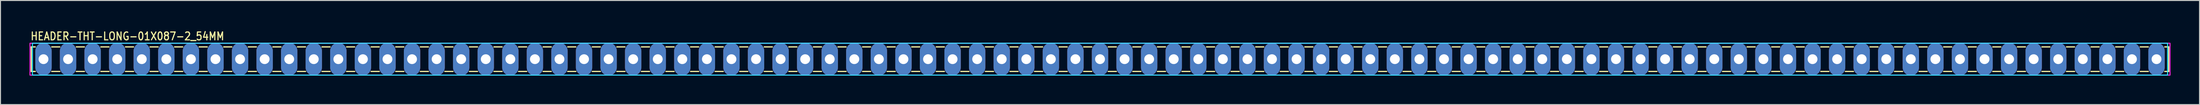
<source format=kicad_pcb>
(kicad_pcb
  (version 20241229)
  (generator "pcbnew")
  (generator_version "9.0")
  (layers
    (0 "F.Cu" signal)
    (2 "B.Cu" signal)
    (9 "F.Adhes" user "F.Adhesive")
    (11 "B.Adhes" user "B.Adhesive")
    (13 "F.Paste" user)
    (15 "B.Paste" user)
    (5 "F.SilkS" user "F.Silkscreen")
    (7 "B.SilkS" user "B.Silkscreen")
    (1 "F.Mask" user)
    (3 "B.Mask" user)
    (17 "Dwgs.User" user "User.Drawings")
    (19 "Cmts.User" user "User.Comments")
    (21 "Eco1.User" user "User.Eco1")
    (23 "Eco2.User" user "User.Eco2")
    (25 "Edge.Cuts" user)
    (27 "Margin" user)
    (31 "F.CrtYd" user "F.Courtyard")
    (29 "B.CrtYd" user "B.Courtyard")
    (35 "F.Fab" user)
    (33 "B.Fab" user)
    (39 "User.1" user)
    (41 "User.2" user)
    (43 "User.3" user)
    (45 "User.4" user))
  (footprint "HEADER-THT-LONG-01X087-2_54MM"
    (layer "F.Cu")
    (at 1.447 3.079)
    (property "Reference" "HEADER-THT-LONG-01X087-2_54MM" (at -1.4 -1.9 0) (unlocked yes) (layer "F.SilkS") (effects (font (size 0.813 0.695) (thickness 0.122)) (justify left bottom)))
    (fp_line (start -1.27 -1.27) (end -1.27 1.27) (stroke (width 0.127) (type solid)) (layer "F.SilkS"))
    (fp_line (start -1.27 1.27) (end -0.85 1.27) (stroke (width 0.127) (type solid)) (layer "F.SilkS"))
    (fp_line (start -0.85 -1.27) (end -1.27 -1.27) (stroke (width 0.127) (type solid)) (layer "F.SilkS"))
    (fp_line (start 0.85 -1.27) (end 1.69 -1.27) (stroke (width 0.127) (type solid)) (layer "F.SilkS"))
    (fp_line (start 0.85 1.27) (end 1.69 1.27) (stroke (width 0.127) (type solid)) (layer "F.SilkS"))
    (fp_line (start 3.39 -1.27) (end 4.23 -1.27) (stroke (width 0.127) (type solid)) (layer "F.SilkS"))
    (fp_line (start 3.39 1.27) (end 4.23 1.27) (stroke (width 0.127) (type solid)) (layer "F.SilkS"))
    (fp_line (start 5.93 -1.27) (end 6.77 -1.27) (stroke (width 0.127) (type solid)) (layer "F.SilkS"))
    (fp_line (start 5.93 1.27) (end 6.77 1.27) (stroke (width 0.127) (type solid)) (layer "F.SilkS"))
    (fp_line (start 8.47 -1.27) (end 9.31 -1.27) (stroke (width 0.127) (type solid)) (layer "F.SilkS"))
    (fp_line (start 8.47 1.27) (end 9.31 1.27) (stroke (width 0.127) (type solid)) (layer "F.SilkS"))
    (fp_line (start 11.01 -1.27) (end 11.85 -1.27) (stroke (width 0.127) (type solid)) (layer "F.SilkS"))
    (fp_line (start 11.01 1.27) (end 11.85 1.27) (stroke (width 0.127) (type solid)) (layer "F.SilkS"))
    (fp_line (start 13.55 -1.27) (end 14.39 -1.27) (stroke (width 0.127) (type solid)) (layer "F.SilkS"))
    (fp_line (start 13.55 1.27) (end 14.39 1.27) (stroke (width 0.127) (type solid)) (layer "F.SilkS"))
    (fp_line (start 16.09 -1.27) (end 16.93 -1.27) (stroke (width 0.127) (type solid)) (layer "F.SilkS"))
    (fp_line (start 16.09 1.27) (end 16.93 1.27) (stroke (width 0.127) (type solid)) (layer "F.SilkS"))
    (fp_line (start 18.63 -1.27) (end 19.47 -1.27) (stroke (width 0.127) (type solid)) (layer "F.SilkS"))
    (fp_line (start 18.63 1.27) (end 19.47 1.27) (stroke (width 0.127) (type solid)) (layer "F.SilkS"))
    (fp_line (start 21.17 -1.27) (end 22.01 -1.27) (stroke (width 0.127) (type solid)) (layer "F.SilkS"))
    (fp_line (start 21.17 1.27) (end 22.01 1.27) (stroke (width 0.127) (type solid)) (layer "F.SilkS"))
    (fp_line (start 23.71 -1.27) (end 24.55 -1.27) (stroke (width 0.127) (type solid)) (layer "F.SilkS"))
    (fp_line (start 23.71 1.27) (end 24.55 1.27) (stroke (width 0.127) (type solid)) (layer "F.SilkS"))
    (fp_line (start 26.25 -1.27) (end 27.09 -1.27) (stroke (width 0.127) (type solid)) (layer "F.SilkS"))
    (fp_line (start 26.25 1.27) (end 27.09 1.27) (stroke (width 0.127) (type solid)) (layer "F.SilkS"))
    (fp_line (start 28.79 -1.27) (end 29.63 -1.27) (stroke (width 0.127) (type solid)) (layer "F.SilkS"))
    (fp_line (start 28.79 1.27) (end 29.63 1.27) (stroke (width 0.127) (type solid)) (layer "F.SilkS"))
    (fp_line (start 31.33 -1.27) (end 32.17 -1.27) (stroke (width 0.127) (type solid)) (layer "F.SilkS"))
    (fp_line (start 31.33 1.27) (end 32.17 1.27) (stroke (width 0.127) (type solid)) (layer "F.SilkS"))
    (fp_line (start 33.87 -1.27) (end 34.71 -1.27) (stroke (width 0.127) (type solid)) (layer "F.SilkS"))
    (fp_line (start 33.87 1.27) (end 34.71 1.27) (stroke (width 0.127) (type solid)) (layer "F.SilkS"))
    (fp_line (start 36.41 -1.27) (end 37.25 -1.27) (stroke (width 0.127) (type solid)) (layer "F.SilkS"))
    (fp_line (start 36.41 1.27) (end 37.25 1.27) (stroke (width 0.127) (type solid)) (layer "F.SilkS"))
    (fp_line (start 38.95 -1.27) (end 39.79 -1.27) (stroke (width 0.127) (type solid)) (layer "F.SilkS"))
    (fp_line (start 38.95 1.27) (end 39.79 1.27) (stroke (width 0.127) (type solid)) (layer "F.SilkS"))
    (fp_line (start 41.49 -1.27) (end 42.33 -1.27) (stroke (width 0.127) (type solid)) (layer "F.SilkS"))
    (fp_line (start 41.49 1.27) (end 42.33 1.27) (stroke (width 0.127) (type solid)) (layer "F.SilkS"))
    (fp_line (start 44.03 -1.27) (end 44.87 -1.27) (stroke (width 0.127) (type solid)) (layer "F.SilkS"))
    (fp_line (start 44.03 1.27) (end 44.87 1.27) (stroke (width 0.127) (type solid)) (layer "F.SilkS"))
    (fp_line (start 46.57 -1.27) (end 47.41 -1.27) (stroke (width 0.127) (type solid)) (layer "F.SilkS"))
    (fp_line (start 46.57 1.27) (end 47.41 1.27) (stroke (width 0.127) (type solid)) (layer "F.SilkS"))
    (fp_line (start 49.11 -1.27) (end 49.95 -1.27) (stroke (width 0.127) (type solid)) (layer "F.SilkS"))
    (fp_line (start 49.11 1.27) (end 49.95 1.27) (stroke (width 0.127) (type solid)) (layer "F.SilkS"))
    (fp_line (start 51.65 -1.27) (end 52.49 -1.27) (stroke (width 0.127) (type solid)) (layer "F.SilkS"))
    (fp_line (start 51.65 1.27) (end 52.49 1.27) (stroke (width 0.127) (type solid)) (layer "F.SilkS"))
    (fp_line (start 54.19 -1.27) (end 55.03 -1.27) (stroke (width 0.127) (type solid)) (layer "F.SilkS"))
    (fp_line (start 54.19 1.27) (end 55.03 1.27) (stroke (width 0.127) (type solid)) (layer "F.SilkS"))
    (fp_line (start 56.73 -1.27) (end 57.57 -1.27) (stroke (width 0.127) (type solid)) (layer "F.SilkS"))
    (fp_line (start 56.73 1.27) (end 57.57 1.27) (stroke (width 0.127) (type solid)) (layer "F.SilkS"))
    (fp_line (start 59.27 -1.27) (end 60.11 -1.27) (stroke (width 0.127) (type solid)) (layer "F.SilkS"))
    (fp_line (start 59.27 1.27) (end 60.11 1.27) (stroke (width 0.127) (type solid)) (layer "F.SilkS"))
    (fp_line (start 61.81 -1.27) (end 62.65 -1.27) (stroke (width 0.127) (type solid)) (layer "F.SilkS"))
    (fp_line (start 61.81 1.27) (end 62.65 1.27) (stroke (width 0.127) (type solid)) (layer "F.SilkS"))
    (fp_line (start 64.35 -1.27) (end 65.19 -1.27) (stroke (width 0.127) (type solid)) (layer "F.SilkS"))
    (fp_line (start 64.35 1.27) (end 65.19 1.27) (stroke (width 0.127) (type solid)) (layer "F.SilkS"))
    (fp_line (start 66.89 -1.27) (end 67.73 -1.27) (stroke (width 0.127) (type solid)) (layer "F.SilkS"))
    (fp_line (start 66.89 1.27) (end 67.73 1.27) (stroke (width 0.127) (type solid)) (layer "F.SilkS"))
    (fp_line (start 69.43 -1.27) (end 70.27 -1.27) (stroke (width 0.127) (type solid)) (layer "F.SilkS"))
    (fp_line (start 69.43 1.27) (end 70.27 1.27) (stroke (width 0.127) (type solid)) (layer "F.SilkS"))
    (fp_line (start 71.97 -1.27) (end 72.81 -1.27) (stroke (width 0.127) (type solid)) (layer "F.SilkS"))
    (fp_line (start 71.97 1.27) (end 72.81 1.27) (stroke (width 0.127) (type solid)) (layer "F.SilkS"))
    (fp_line (start 74.51 -1.27) (end 75.35 -1.27) (stroke (width 0.127) (type solid)) (layer "F.SilkS"))
    (fp_line (start 74.51 1.27) (end 75.35 1.27) (stroke (width 0.127) (type solid)) (layer "F.SilkS"))
    (fp_line (start 77.05 -1.27) (end 77.89 -1.27) (stroke (width 0.127) (type solid)) (layer "F.SilkS"))
    (fp_line (start 77.05 1.27) (end 77.89 1.27) (stroke (width 0.127) (type solid)) (layer "F.SilkS"))
    (fp_line (start 79.59 -1.27) (end 80.43 -1.27) (stroke (width 0.127) (type solid)) (layer "F.SilkS"))
    (fp_line (start 79.59 1.27) (end 80.43 1.27) (stroke (width 0.127) (type solid)) (layer "F.SilkS"))
    (fp_line (start 82.13 -1.27) (end 82.97 -1.27) (stroke (width 0.127) (type solid)) (layer "F.SilkS"))
    (fp_line (start 82.13 1.27) (end 82.97 1.27) (stroke (width 0.127) (type solid)) (layer "F.SilkS"))
    (fp_line (start 84.67 -1.27) (end 85.51 -1.27) (stroke (width 0.127) (type solid)) (layer "F.SilkS"))
    (fp_line (start 84.67 1.27) (end 85.51 1.27) (stroke (width 0.127) (type solid)) (layer "F.SilkS"))
    (fp_line (start 87.21 -1.27) (end 88.05 -1.27) (stroke (width 0.127) (type solid)) (layer "F.SilkS"))
    (fp_line (start 87.21 1.27) (end 88.05 1.27) (stroke (width 0.127) (type solid)) (layer "F.SilkS"))
    (fp_line (start 89.75 -1.27) (end 90.59 -1.27) (stroke (width 0.127) (type solid)) (layer "F.SilkS"))
    (fp_line (start 89.75 1.27) (end 90.59 1.27) (stroke (width 0.127) (type solid)) (layer "F.SilkS"))
    (fp_line (start 92.29 -1.27) (end 93.13 -1.27) (stroke (width 0.127) (type solid)) (layer "F.SilkS"))
    (fp_line (start 92.29 1.27) (end 93.13 1.27) (stroke (width 0.127) (type solid)) (layer "F.SilkS"))
    (fp_line (start 94.83 -1.27) (end 95.67 -1.27) (stroke (width 0.127) (type solid)) (layer "F.SilkS"))
    (fp_line (start 94.83 1.27) (end 95.67 1.27) (stroke (width 0.127) (type solid)) (layer "F.SilkS"))
    (fp_line (start 97.37 -1.27) (end 98.21 -1.27) (stroke (width 0.127) (type solid)) (layer "F.SilkS"))
    (fp_line (start 97.37 1.27) (end 98.21 1.27) (stroke (width 0.127) (type solid)) (layer "F.SilkS"))
    (fp_line (start 99.91 -1.27) (end 100.75 -1.27) (stroke (width 0.127) (type solid)) (layer "F.SilkS"))
    (fp_line (start 99.91 1.27) (end 100.75 1.27) (stroke (width 0.127) (type solid)) (layer "F.SilkS"))
    (fp_line (start 102.45 -1.27) (end 103.29 -1.27) (stroke (width 0.127) (type solid)) (layer "F.SilkS"))
    (fp_line (start 102.45 1.27) (end 103.29 1.27) (stroke (width 0.127) (type solid)) (layer "F.SilkS"))
    (fp_line (start 104.99 -1.27) (end 105.83 -1.27) (stroke (width 0.127) (type solid)) (layer "F.SilkS"))
    (fp_line (start 104.99 1.27) (end 105.83 1.27) (stroke (width 0.127) (type solid)) (layer "F.SilkS"))
    (fp_line (start 107.53 -1.27) (end 108.37 -1.27) (stroke (width 0.127) (type solid)) (layer "F.SilkS"))
    (fp_line (start 107.53 1.27) (end 108.37 1.27) (stroke (width 0.127) (type solid)) (layer "F.SilkS"))
    (fp_line (start 110.07 -1.27) (end 110.91 -1.27) (stroke (width 0.127) (type solid)) (layer "F.SilkS"))
    (fp_line (start 110.07 1.27) (end 110.91 1.27) (stroke (width 0.127) (type solid)) (layer "F.SilkS"))
    (fp_line (start 112.61 -1.27) (end 113.45 -1.27) (stroke (width 0.127) (type solid)) (layer "F.SilkS"))
    (fp_line (start 112.61 1.27) (end 113.45 1.27) (stroke (width 0.127) (type solid)) (layer "F.SilkS"))
    (fp_line (start 115.15 -1.27) (end 115.99 -1.27) (stroke (width 0.127) (type solid)) (layer "F.SilkS"))
    (fp_line (start 115.15 1.27) (end 115.99 1.27) (stroke (width 0.127) (type solid)) (layer "F.SilkS"))
    (fp_line (start 117.69 -1.27) (end 118.53 -1.27) (stroke (width 0.127) (type solid)) (layer "F.SilkS"))
    (fp_line (start 117.69 1.27) (end 118.53 1.27) (stroke (width 0.127) (type solid)) (layer "F.SilkS"))
    (fp_line (start 120.23 -1.27) (end 121.07 -1.27) (stroke (width 0.127) (type solid)) (layer "F.SilkS"))
    (fp_line (start 120.23 1.27) (end 121.07 1.27) (stroke (width 0.127) (type solid)) (layer "F.SilkS"))
    (fp_line (start 122.77 -1.27) (end 123.61 -1.27) (stroke (width 0.127) (type solid)) (layer "F.SilkS"))
    (fp_line (start 122.77 1.27) (end 123.61 1.27) (stroke (width 0.127) (type solid)) (layer "F.SilkS"))
    (fp_line (start 125.31 -1.27) (end 126.15 -1.27) (stroke (width 0.127) (type solid)) (layer "F.SilkS"))
    (fp_line (start 125.31 1.27) (end 126.15 1.27) (stroke (width 0.127) (type solid)) (layer "F.SilkS"))
    (fp_line (start 127.85 -1.27) (end 128.69 -1.27) (stroke (width 0.127) (type solid)) (layer "F.SilkS"))
    (fp_line (start 127.85 1.27) (end 128.69 1.27) (stroke (width 0.127) (type solid)) (layer "F.SilkS"))
    (fp_line (start 130.39 -1.27) (end 131.23 -1.27) (stroke (width 0.127) (type solid)) (layer "F.SilkS"))
    (fp_line (start 130.39 1.27) (end 131.23 1.27) (stroke (width 0.127) (type solid)) (layer "F.SilkS"))
    (fp_line (start 132.93 -1.27) (end 133.77 -1.27) (stroke (width 0.127) (type solid)) (layer "F.SilkS"))
    (fp_line (start 132.93 1.27) (end 133.77 1.27) (stroke (width 0.127) (type solid)) (layer "F.SilkS"))
    (fp_line (start 135.47 -1.27) (end 136.31 -1.27) (stroke (width 0.127) (type solid)) (layer "F.SilkS"))
    (fp_line (start 135.47 1.27) (end 136.31 1.27) (stroke (width 0.127) (type solid)) (layer "F.SilkS"))
    (fp_line (start 138.01 -1.27) (end 138.85 -1.27) (stroke (width 0.127) (type solid)) (layer "F.SilkS"))
    (fp_line (start 138.01 1.27) (end 138.85 1.27) (stroke (width 0.127) (type solid)) (layer "F.SilkS"))
    (fp_line (start 140.55 -1.27) (end 141.39 -1.27) (stroke (width 0.127) (type solid)) (layer "F.SilkS"))
    (fp_line (start 140.55 1.27) (end 141.39 1.27) (stroke (width 0.127) (type solid)) (layer "F.SilkS"))
    (fp_line (start 143.09 -1.27) (end 143.93 -1.27) (stroke (width 0.127) (type solid)) (layer "F.SilkS"))
    (fp_line (start 143.09 1.27) (end 143.93 1.27) (stroke (width 0.127) (type solid)) (layer "F.SilkS"))
    (fp_line (start 145.63 -1.27) (end 146.47 -1.27) (stroke (width 0.127) (type solid)) (layer "F.SilkS"))
    (fp_line (start 145.63 1.27) (end 146.47 1.27) (stroke (width 0.127) (type solid)) (layer "F.SilkS"))
    (fp_line (start 148.17 -1.27) (end 149.01 -1.27) (stroke (width 0.127) (type solid)) (layer "F.SilkS"))
    (fp_line (start 148.17 1.27) (end 149.01 1.27) (stroke (width 0.127) (type solid)) (layer "F.SilkS"))
    (fp_line (start 150.71 -1.27) (end 151.55 -1.27) (stroke (width 0.127) (type solid)) (layer "F.SilkS"))
    (fp_line (start 150.71 1.27) (end 151.55 1.27) (stroke (width 0.127) (type solid)) (layer "F.SilkS"))
    (fp_line (start 153.25 -1.27) (end 154.09 -1.27) (stroke (width 0.127) (type solid)) (layer "F.SilkS"))
    (fp_line (start 153.25 1.27) (end 154.09 1.27) (stroke (width 0.127) (type solid)) (layer "F.SilkS"))
    (fp_line (start 155.79 -1.27) (end 156.63 -1.27) (stroke (width 0.127) (type solid)) (layer "F.SilkS"))
    (fp_line (start 155.79 1.27) (end 156.63 1.27) (stroke (width 0.127) (type solid)) (layer "F.SilkS"))
    (fp_line (start 158.33 -1.27) (end 159.17 -1.27) (stroke (width 0.127) (type solid)) (layer "F.SilkS"))
    (fp_line (start 158.33 1.27) (end 159.17 1.27) (stroke (width 0.127) (type solid)) (layer "F.SilkS"))
    (fp_line (start 160.87 -1.27) (end 161.71 -1.27) (stroke (width 0.127) (type solid)) (layer "F.SilkS"))
    (fp_line (start 160.87 1.27) (end 161.71 1.27) (stroke (width 0.127) (type solid)) (layer "F.SilkS"))
    (fp_line (start 163.41 -1.27) (end 164.25 -1.27) (stroke (width 0.127) (type solid)) (layer "F.SilkS"))
    (fp_line (start 163.41 1.27) (end 164.25 1.27) (stroke (width 0.127) (type solid)) (layer "F.SilkS"))
    (fp_line (start 165.95 -1.27) (end 166.79 -1.27) (stroke (width 0.127) (type solid)) (layer "F.SilkS"))
    (fp_line (start 165.95 1.27) (end 166.79 1.27) (stroke (width 0.127) (type solid)) (layer "F.SilkS"))
    (fp_line (start 168.49 -1.27) (end 169.33 -1.27) (stroke (width 0.127) (type solid)) (layer "F.SilkS"))
    (fp_line (start 168.49 1.27) (end 169.33 1.27) (stroke (width 0.127) (type solid)) (layer "F.SilkS"))
    (fp_line (start 171.03 -1.27) (end 171.87 -1.27) (stroke (width 0.127) (type solid)) (layer "F.SilkS"))
    (fp_line (start 171.03 1.27) (end 171.87 1.27) (stroke (width 0.127) (type solid)) (layer "F.SilkS"))
    (fp_line (start 173.57 -1.27) (end 174.41 -1.27) (stroke (width 0.127) (type solid)) (layer "F.SilkS"))
    (fp_line (start 173.57 1.27) (end 174.41 1.27) (stroke (width 0.127) (type solid)) (layer "F.SilkS"))
    (fp_line (start 176.11 -1.27) (end 176.95 -1.27) (stroke (width 0.127) (type solid)) (layer "F.SilkS"))
    (fp_line (start 176.11 1.27) (end 176.95 1.27) (stroke (width 0.127) (type solid)) (layer "F.SilkS"))
    (fp_line (start 178.65 -1.27) (end 179.49 -1.27) (stroke (width 0.127) (type solid)) (layer "F.SilkS"))
    (fp_line (start 178.65 1.27) (end 179.49 1.27) (stroke (width 0.127) (type solid)) (layer "F.SilkS"))
    (fp_line (start 181.19 -1.27) (end 182.03 -1.27) (stroke (width 0.127) (type solid)) (layer "F.SilkS"))
    (fp_line (start 181.19 1.27) (end 182.03 1.27) (stroke (width 0.127) (type solid)) (layer "F.SilkS"))
    (fp_line (start 183.73 -1.27) (end 184.57 -1.27) (stroke (width 0.127) (type solid)) (layer "F.SilkS"))
    (fp_line (start 183.73 1.27) (end 184.57 1.27) (stroke (width 0.127) (type solid)) (layer "F.SilkS"))
    (fp_line (start 186.27 -1.27) (end 187.11 -1.27) (stroke (width 0.127) (type solid)) (layer "F.SilkS"))
    (fp_line (start 186.27 1.27) (end 187.11 1.27) (stroke (width 0.127) (type solid)) (layer "F.SilkS"))
    (fp_line (start 188.81 -1.27) (end 189.65 -1.27) (stroke (width 0.127) (type solid)) (layer "F.SilkS"))
    (fp_line (start 188.81 1.27) (end 189.65 1.27) (stroke (width 0.127) (type solid)) (layer "F.SilkS"))
    (fp_line (start 191.35 -1.27) (end 192.19 -1.27) (stroke (width 0.127) (type solid)) (layer "F.SilkS"))
    (fp_line (start 191.35 1.27) (end 192.19 1.27) (stroke (width 0.127) (type solid)) (layer "F.SilkS"))
    (fp_line (start 193.89 -1.27) (end 194.73 -1.27) (stroke (width 0.127) (type solid)) (layer "F.SilkS"))
    (fp_line (start 193.89 1.27) (end 194.73 1.27) (stroke (width 0.127) (type solid)) (layer "F.SilkS"))
    (fp_line (start 196.43 -1.27) (end 197.27 -1.27) (stroke (width 0.127) (type solid)) (layer "F.SilkS"))
    (fp_line (start 196.43 1.27) (end 197.27 1.27) (stroke (width 0.127) (type solid)) (layer "F.SilkS"))
    (fp_line (start 198.97 -1.27) (end 199.81 -1.27) (stroke (width 0.127) (type solid)) (layer "F.SilkS"))
    (fp_line (start 198.97 1.27) (end 199.81 1.27) (stroke (width 0.127) (type solid)) (layer "F.SilkS"))
    (fp_line (start 201.51 -1.27) (end 202.35 -1.27) (stroke (width 0.127) (type solid)) (layer "F.SilkS"))
    (fp_line (start 201.51 1.27) (end 202.35 1.27) (stroke (width 0.127) (type solid)) (layer "F.SilkS"))
    (fp_line (start 204.05 -1.27) (end 204.89 -1.27) (stroke (width 0.127) (type solid)) (layer "F.SilkS"))
    (fp_line (start 204.05 1.27) (end 204.89 1.27) (stroke (width 0.127) (type solid)) (layer "F.SilkS"))
    (fp_line (start 206.59 -1.27) (end 207.43 -1.27) (stroke (width 0.127) (type solid)) (layer "F.SilkS"))
    (fp_line (start 206.59 1.27) (end 207.43 1.27) (stroke (width 0.127) (type solid)) (layer "F.SilkS"))
    (fp_line (start 209.13 -1.27) (end 209.97 -1.27) (stroke (width 0.127) (type solid)) (layer "F.SilkS"))
    (fp_line (start 209.13 1.27) (end 209.97 1.27) (stroke (width 0.127) (type solid)) (layer "F.SilkS"))
    (fp_line (start 211.67 -1.27) (end 212.51 -1.27) (stroke (width 0.127) (type solid)) (layer "F.SilkS"))
    (fp_line (start 211.67 1.27) (end 212.51 1.27) (stroke (width 0.127) (type solid)) (layer "F.SilkS"))
    (fp_line (start 214.21 -1.27) (end 215.05 -1.27) (stroke (width 0.127) (type solid)) (layer "F.SilkS"))
    (fp_line (start 214.21 1.27) (end 215.05 1.27) (stroke (width 0.127) (type solid)) (layer "F.SilkS"))
    (fp_line (start 216.75 -1.27) (end 217.59 -1.27) (stroke (width 0.127) (type solid)) (layer "F.SilkS"))
    (fp_line (start 216.75 1.27) (end 217.59 1.27) (stroke (width 0.127) (type solid)) (layer "F.SilkS"))
    (fp_line (start 219.29 -1.27) (end 219.71 -1.27) (stroke (width 0.127) (type solid)) (layer "F.SilkS"))
    (fp_line (start 219.71 -1.27) (end 219.71 1.27) (stroke (width 0.127) (type solid)) (layer "F.SilkS"))
    (fp_line (start 219.71 1.27) (end 219.29 1.27) (stroke (width 0.127) (type solid)) (layer "F.SilkS"))
    (fp_poly (pts (xy -1.143 -1.651) (xy 219.583 -1.651) (xy 219.583 1.651) (xy -1.143 1.651)) (stroke (width 0.1) (type solid)) (fill no) (layer "B.CrtYd"))
    (fp_poly (pts (xy -1.397 -1.651) (xy 219.837 -1.651) (xy 219.837 1.651) (xy -1.397 1.651)) (stroke (width 0.1) (type solid)) (fill no) (layer "F.CrtYd"))
    (pad "1" thru_hole oval (at 0 0 90) (size 3.387 1.693) (drill 1.016) (layers "*.Cu" "*.Mask"))
    (pad "2" thru_hole oval (at 2.54 0 90) (size 3.387 1.693) (drill 1.016) (layers "*.Cu" "*.Mask"))
    (pad "3" thru_hole oval (at 5.08 0 90) (size 3.387 1.693) (drill 1.016) (layers "*.Cu" "*.Mask"))
    (pad "4" thru_hole oval (at 7.62 0 90) (size 3.387 1.693) (drill 1.016) (layers "*.Cu" "*.Mask"))
    (pad "5" thru_hole oval (at 10.16 0 90) (size 3.387 1.693) (drill 1.016) (layers "*.Cu" "*.Mask"))
    (pad "6" thru_hole oval (at 12.7 0 90) (size 3.387 1.693) (drill 1.016) (layers "*.Cu" "*.Mask"))
    (pad "7" thru_hole oval (at 15.24 0 90) (size 3.387 1.693) (drill 1.016) (layers "*.Cu" "*.Mask"))
    (pad "8" thru_hole oval (at 17.78 0 90) (size 3.387 1.693) (drill 1.016) (layers "*.Cu" "*.Mask"))
    (pad "9" thru_hole oval (at 20.32 0 90) (size 3.387 1.693) (drill 1.016) (layers "*.Cu" "*.Mask"))
    (pad "10" thru_hole oval (at 22.86 0 90) (size 3.387 1.693) (drill 1.016) (layers "*.Cu" "*.Mask"))
    (pad "11" thru_hole oval (at 25.4 0 90) (size 3.387 1.693) (drill 1.016) (layers "*.Cu" "*.Mask"))
    (pad "12" thru_hole oval (at 27.94 0 90) (size 3.387 1.693) (drill 1.016) (layers "*.Cu" "*.Mask"))
    (pad "13" thru_hole oval (at 30.48 0 90) (size 3.387 1.693) (drill 1.016) (layers "*.Cu" "*.Mask"))
    (pad "14" thru_hole oval (at 33.02 0 90) (size 3.387 1.693) (drill 1.016) (layers "*.Cu" "*.Mask"))
    (pad "15" thru_hole oval (at 35.56 0 90) (size 3.387 1.693) (drill 1.016) (layers "*.Cu" "*.Mask"))
    (pad "16" thru_hole oval (at 38.1 0 90) (size 3.387 1.693) (drill 1.016) (layers "*.Cu" "*.Mask"))
    (pad "17" thru_hole oval (at 40.64 0 90) (size 3.387 1.693) (drill 1.016) (layers "*.Cu" "*.Mask"))
    (pad "18" thru_hole oval (at 43.18 0 90) (size 3.387 1.693) (drill 1.016) (layers "*.Cu" "*.Mask"))
    (pad "19" thru_hole oval (at 45.72 0 90) (size 3.387 1.693) (drill 1.016) (layers "*.Cu" "*.Mask"))
    (pad "20" thru_hole oval (at 48.26 0 90) (size 3.387 1.693) (drill 1.016) (layers "*.Cu" "*.Mask"))
    (pad "21" thru_hole oval (at 50.8 0 90) (size 3.387 1.693) (drill 1.016) (layers "*.Cu" "*.Mask"))
    (pad "22" thru_hole oval (at 53.34 0 90) (size 3.387 1.693) (drill 1.016) (layers "*.Cu" "*.Mask"))
    (pad "23" thru_hole oval (at 55.88 0 90) (size 3.387 1.693) (drill 1.016) (layers "*.Cu" "*.Mask"))
    (pad "24" thru_hole oval (at 58.42 0 90) (size 3.387 1.693) (drill 1.016) (layers "*.Cu" "*.Mask"))
    (pad "25" thru_hole oval (at 60.96 0 90) (size 3.387 1.693) (drill 1.016) (layers "*.Cu" "*.Mask"))
    (pad "26" thru_hole oval (at 63.5 0 90) (size 3.387 1.693) (drill 1.016) (layers "*.Cu" "*.Mask"))
    (pad "27" thru_hole oval (at 66.04 0 90) (size 3.387 1.693) (drill 1.016) (layers "*.Cu" "*.Mask"))
    (pad "28" thru_hole oval (at 68.58 0 90) (size 3.387 1.693) (drill 1.016) (layers "*.Cu" "*.Mask"))
    (pad "29" thru_hole oval (at 71.12 0 90) (size 3.387 1.693) (drill 1.016) (layers "*.Cu" "*.Mask"))
    (pad "30" thru_hole oval (at 73.66 0 90) (size 3.387 1.693) (drill 1.016) (layers "*.Cu" "*.Mask"))
    (pad "31" thru_hole oval (at 76.2 0 90) (size 3.387 1.693) (drill 1.016) (layers "*.Cu" "*.Mask"))
    (pad "32" thru_hole oval (at 78.74 0 90) (size 3.387 1.693) (drill 1.016) (layers "*.Cu" "*.Mask"))
    (pad "33" thru_hole oval (at 81.28 0 90) (size 3.387 1.693) (drill 1.016) (layers "*.Cu" "*.Mask"))
    (pad "34" thru_hole oval (at 83.82 0 90) (size 3.387 1.693) (drill 1.016) (layers "*.Cu" "*.Mask"))
    (pad "35" thru_hole oval (at 86.36 0 90) (size 3.387 1.693) (drill 1.016) (layers "*.Cu" "*.Mask"))
    (pad "36" thru_hole oval (at 88.9 0 90) (size 3.387 1.693) (drill 1.016) (layers "*.Cu" "*.Mask"))
    (pad "37" thru_hole oval (at 91.44 0 90) (size 3.387 1.693) (drill 1.016) (layers "*.Cu" "*.Mask"))
    (pad "38" thru_hole oval (at 93.98 0 90) (size 3.387 1.693) (drill 1.016) (layers "*.Cu" "*.Mask"))
    (pad "39" thru_hole oval (at 96.52 0 90) (size 3.387 1.693) (drill 1.016) (layers "*.Cu" "*.Mask"))
    (pad "40" thru_hole oval (at 99.06 0 90) (size 3.387 1.693) (drill 1.016) (layers "*.Cu" "*.Mask"))
    (pad "41" thru_hole oval (at 101.6 0 90) (size 3.387 1.693) (drill 1.016) (layers "*.Cu" "*.Mask"))
    (pad "42" thru_hole oval (at 104.14 0 90) (size 3.387 1.693) (drill 1.016) (layers "*.Cu" "*.Mask"))
    (pad "43" thru_hole oval (at 106.68 0 90) (size 3.387 1.693) (drill 1.016) (layers "*.Cu" "*.Mask"))
    (pad "44" thru_hole oval (at 109.22 0 90) (size 3.387 1.693) (drill 1.016) (layers "*.Cu" "*.Mask"))
    (pad "45" thru_hole oval (at 111.76 0 90) (size 3.387 1.693) (drill 1.016) (layers "*.Cu" "*.Mask"))
    (pad "46" thru_hole oval (at 114.3 0 90) (size 3.387 1.693) (drill 1.016) (layers "*.Cu" "*.Mask"))
    (pad "47" thru_hole oval (at 116.84 0 90) (size 3.387 1.693) (drill 1.016) (layers "*.Cu" "*.Mask"))
    (pad "48" thru_hole oval (at 119.38 0 90) (size 3.387 1.693) (drill 1.016) (layers "*.Cu" "*.Mask"))
    (pad "49" thru_hole oval (at 121.92 0 90) (size 3.387 1.693) (drill 1.016) (layers "*.Cu" "*.Mask"))
    (pad "50" thru_hole oval (at 124.46 0 90) (size 3.387 1.693) (drill 1.016) (layers "*.Cu" "*.Mask"))
    (pad "51" thru_hole oval (at 127 0 90) (size 3.387 1.693) (drill 1.016) (layers "*.Cu" "*.Mask"))
    (pad "52" thru_hole oval (at 129.54 0 90) (size 3.387 1.693) (drill 1.016) (layers "*.Cu" "*.Mask"))
    (pad "53" thru_hole oval (at 132.08 0 90) (size 3.387 1.693) (drill 1.016) (layers "*.Cu" "*.Mask"))
    (pad "54" thru_hole oval (at 134.62 0 90) (size 3.387 1.693) (drill 1.016) (layers "*.Cu" "*.Mask"))
    (pad "55" thru_hole oval (at 137.16 0 90) (size 3.387 1.693) (drill 1.016) (layers "*.Cu" "*.Mask"))
    (pad "56" thru_hole oval (at 139.7 0 90) (size 3.387 1.693) (drill 1.016) (layers "*.Cu" "*.Mask"))
    (pad "57" thru_hole oval (at 142.24 0 90) (size 3.387 1.693) (drill 1.016) (layers "*.Cu" "*.Mask"))
    (pad "58" thru_hole oval (at 144.78 0 90) (size 3.387 1.693) (drill 1.016) (layers "*.Cu" "*.Mask"))
    (pad "59" thru_hole oval (at 147.32 0 90) (size 3.387 1.693) (drill 1.016) (layers "*.Cu" "*.Mask"))
    (pad "60" thru_hole oval (at 149.86 0 90) (size 3.387 1.693) (drill 1.016) (layers "*.Cu" "*.Mask"))
    (pad "61" thru_hole oval (at 152.4 0 90) (size 3.387 1.693) (drill 1.016) (layers "*.Cu" "*.Mask"))
    (pad "62" thru_hole oval (at 154.94 0 90) (size 3.387 1.693) (drill 1.016) (layers "*.Cu" "*.Mask"))
    (pad "63" thru_hole oval (at 157.48 0 90) (size 3.387 1.693) (drill 1.016) (layers "*.Cu" "*.Mask"))
    (pad "64" thru_hole oval (at 160.02 0 90) (size 3.387 1.693) (drill 1.016) (layers "*.Cu" "*.Mask"))
    (pad "65" thru_hole oval (at 162.56 0 90) (size 3.387 1.693) (drill 1.016) (layers "*.Cu" "*.Mask"))
    (pad "66" thru_hole oval (at 165.1 0 90) (size 3.387 1.693) (drill 1.016) (layers "*.Cu" "*.Mask"))
    (pad "67" thru_hole oval (at 167.64 0 90) (size 3.387 1.693) (drill 1.016) (layers "*.Cu" "*.Mask"))
    (pad "68" thru_hole oval (at 170.18 0 90) (size 3.387 1.693) (drill 1.016) (layers "*.Cu" "*.Mask"))
    (pad "69" thru_hole oval (at 172.72 0 90) (size 3.387 1.693) (drill 1.016) (layers "*.Cu" "*.Mask"))
    (pad "70" thru_hole oval (at 175.26 0 90) (size 3.387 1.693) (drill 1.016) (layers "*.Cu" "*.Mask"))
    (pad "71" thru_hole oval (at 177.8 0 90) (size 3.387 1.693) (drill 1.016) (layers "*.Cu" "*.Mask"))
    (pad "72" thru_hole oval (at 180.34 0 90) (size 3.387 1.693) (drill 1.016) (layers "*.Cu" "*.Mask"))
    (pad "73" thru_hole oval (at 182.88 0 90) (size 3.387 1.693) (drill 1.016) (layers "*.Cu" "*.Mask"))
    (pad "74" thru_hole oval (at 185.42 0 90) (size 3.387 1.693) (drill 1.016) (layers "*.Cu" "*.Mask"))
    (pad "75" thru_hole oval (at 187.96 0 90) (size 3.387 1.693) (drill 1.016) (layers "*.Cu" "*.Mask"))
    (pad "76" thru_hole oval (at 190.5 0 90) (size 3.387 1.693) (drill 1.016) (layers "*.Cu" "*.Mask"))
    (pad "77" thru_hole oval (at 193.04 0 90) (size 3.387 1.693) (drill 1.016) (layers "*.Cu" "*.Mask"))
    (pad "78" thru_hole oval (at 195.58 0 90) (size 3.387 1.693) (drill 1.016) (layers "*.Cu" "*.Mask"))
    (pad "79" thru_hole oval (at 198.12 0 90) (size 3.387 1.693) (drill 1.016) (layers "*.Cu" "*.Mask"))
    (pad "80" thru_hole oval (at 200.66 0 90) (size 3.387 1.693) (drill 1.016) (layers "*.Cu" "*.Mask"))
    (pad "81" thru_hole oval (at 203.2 0 90) (size 3.387 1.693) (drill 1.016) (layers "*.Cu" "*.Mask"))
    (pad "82" thru_hole oval (at 205.74 0 90) (size 3.387 1.693) (drill 1.016) (layers "*.Cu" "*.Mask"))
    (pad "83" thru_hole oval (at 208.28 0 90) (size 3.387 1.693) (drill 1.016) (layers "*.Cu" "*.Mask"))
    (pad "84" thru_hole oval (at 210.82 0 90) (size 3.387 1.693) (drill 1.016) (layers "*.Cu" "*.Mask"))
    (pad "85" thru_hole oval (at 213.36 0 90) (size 3.387 1.693) (drill 1.016) (layers "*.Cu" "*.Mask"))
    (pad "86" thru_hole oval (at 215.9 0 90) (size 3.387 1.693) (drill 1.016) (layers "*.Cu" "*.Mask"))
    (pad "87" thru_hole oval (at 218.44 0 90) (size 3.387 1.693) (drill 1.016) (layers "*.Cu" "*.Mask")))
  (gr_rect
    (start -3 -3)
    (end 224.334 7.78)
    (stroke (width 0.1) (type default))
    (fill no)
    (layer "Edge.Cuts")))
</source>
